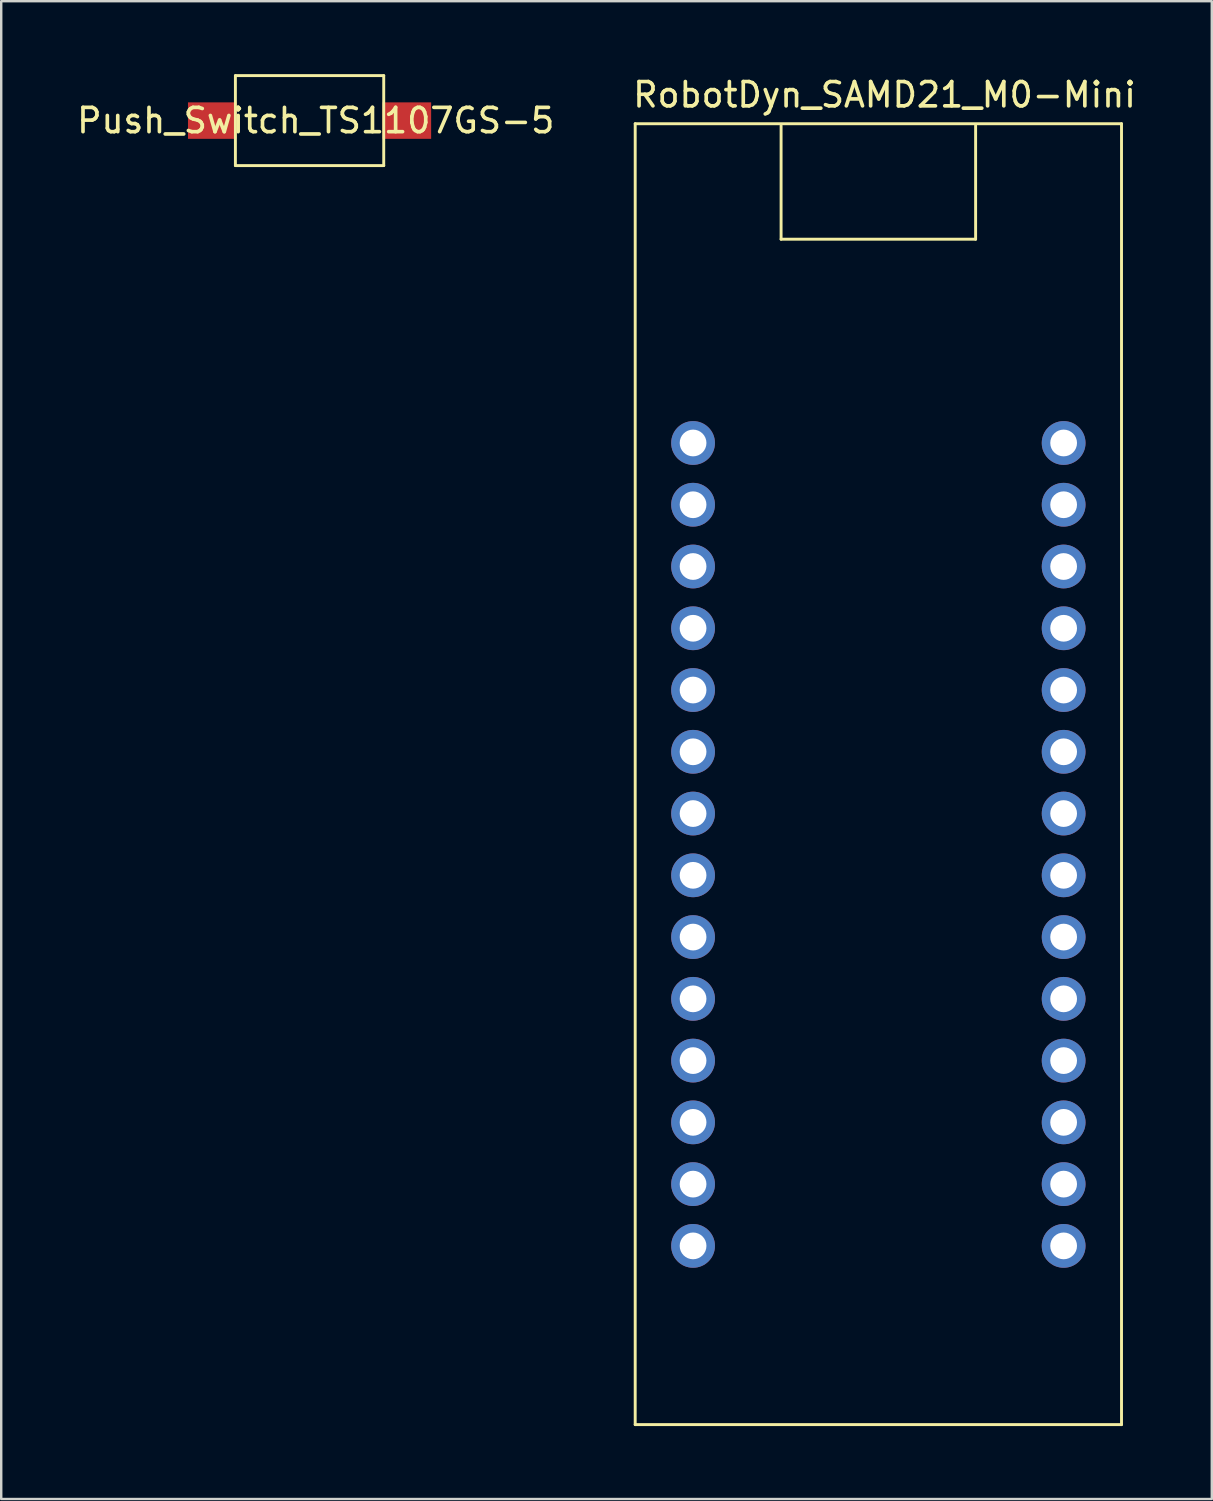
<source format=kicad_pcb>
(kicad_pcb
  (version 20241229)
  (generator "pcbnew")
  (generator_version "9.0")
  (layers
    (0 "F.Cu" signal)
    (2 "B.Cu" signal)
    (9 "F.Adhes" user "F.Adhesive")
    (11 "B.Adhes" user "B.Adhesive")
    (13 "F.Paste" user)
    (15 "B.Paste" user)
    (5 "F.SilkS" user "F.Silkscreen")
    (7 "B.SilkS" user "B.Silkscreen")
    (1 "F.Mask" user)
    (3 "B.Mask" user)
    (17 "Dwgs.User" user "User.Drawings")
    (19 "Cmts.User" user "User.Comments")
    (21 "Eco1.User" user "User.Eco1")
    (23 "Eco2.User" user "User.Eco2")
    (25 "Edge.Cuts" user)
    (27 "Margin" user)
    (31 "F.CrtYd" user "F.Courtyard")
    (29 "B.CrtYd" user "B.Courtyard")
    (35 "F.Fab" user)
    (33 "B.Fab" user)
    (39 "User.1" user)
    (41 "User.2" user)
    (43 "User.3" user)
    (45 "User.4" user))
  (footprint "RobotDyn_SAMD21_M0-Mini"
    (layer "F.Cu")
    (at 33.073 28.788)
    (property "Reference" "RobotDyn_SAMD21_M0-Mini" (at 0.254 -27.94 0) (layer "F.SilkS") (effects (font (size 1 1) (thickness 0.15))))
    (attr through_hole)
    (fp_line (start -10 -26.75) (end 10 -26.75) (stroke (width 0.12) (type solid)) (layer "F.SilkS"))
    (fp_line (start -10 26.75) (end -10 -26.75) (stroke (width 0.12) (type solid)) (layer "F.SilkS"))
    (fp_line (start -4 -22) (end -4 -26.67) (stroke (width 0.12) (type solid)) (layer "F.SilkS"))
    (fp_line (start 4 -26.67) (end 4 -22) (stroke (width 0.12) (type solid)) (layer "F.SilkS"))
    (fp_line (start 4 -22) (end -4 -22) (stroke (width 0.12) (type solid)) (layer "F.SilkS"))
    (fp_line (start 10 -26.75) (end 10 26.75) (stroke (width 0.12) (type solid)) (layer "F.SilkS"))
    (fp_line (start 10 26.75) (end -10 26.75) (stroke (width 0.12) (type solid)) (layer "F.SilkS"))
    (pad "1" thru_hole circle (at -7.62 -13.62) (size 1.8 1.8) (drill 1.1) (layers "*.Cu" "*.Mask"))
    (pad "2" thru_hole circle (at -7.62 -11.08) (size 1.8 1.8) (drill 1.1) (layers "*.Cu" "*.Mask"))
    (pad "3" thru_hole circle (at -7.62 -8.54) (size 1.8 1.8) (drill 1.1) (layers "*.Cu" "*.Mask"))
    (pad "4" thru_hole circle (at -7.62 -6) (size 1.8 1.8) (drill 1.1) (layers "*.Cu" "*.Mask"))
    (pad "5" thru_hole circle (at -7.62 -3.46) (size 1.8 1.8) (drill 1.1) (layers "*.Cu" "*.Mask"))
    (pad "6" thru_hole circle (at -7.62 -0.92) (size 1.8 1.8) (drill 1.1) (layers "*.Cu" "*.Mask"))
    (pad "7" thru_hole circle (at -7.62 1.62) (size 1.8 1.8) (drill 1.1) (layers "*.Cu" "*.Mask"))
    (pad "8" thru_hole circle (at -7.62 4.16) (size 1.8 1.8) (drill 1.1) (layers "*.Cu" "*.Mask"))
    (pad "9" thru_hole circle (at -7.62 6.7) (size 1.8 1.8) (drill 1.1) (layers "*.Cu" "*.Mask"))
    (pad "10" thru_hole circle (at -7.62 9.24) (size 1.8 1.8) (drill 1.1) (layers "*.Cu" "*.Mask"))
    (pad "11" thru_hole circle (at -7.62 11.78) (size 1.8 1.8) (drill 1.1) (layers "*.Cu" "*.Mask"))
    (pad "12" thru_hole circle (at -7.62 14.32) (size 1.8 1.8) (drill 1.1) (layers "*.Cu" "*.Mask"))
    (pad "13" thru_hole circle (at -7.62 16.86) (size 1.8 1.8) (drill 1.1) (layers "*.Cu" "*.Mask"))
    (pad "14" thru_hole circle (at -7.62 19.4) (size 1.8 1.8) (drill 1.1) (layers "*.Cu" "*.Mask"))
    (pad "15" thru_hole circle (at 7.62 -13.62) (size 1.8 1.8) (drill 1.1) (layers "*.Cu" "*.Mask"))
    (pad "16" thru_hole circle (at 7.62 -11.08) (size 1.8 1.8) (drill 1.1) (layers "*.Cu" "*.Mask"))
    (pad "17" thru_hole circle (at 7.62 -8.54) (size 1.8 1.8) (drill 1.1) (layers "*.Cu" "*.Mask"))
    (pad "18" thru_hole circle (at 7.62 -6) (size 1.8 1.8) (drill 1.1) (layers "*.Cu" "*.Mask"))
    (pad "19" thru_hole circle (at 7.62 -3.46) (size 1.8 1.8) (drill 1.1) (layers "*.Cu" "*.Mask"))
    (pad "20" thru_hole circle (at 7.62 -0.92) (size 1.8 1.8) (drill 1.1) (layers "*.Cu" "*.Mask"))
    (pad "21" thru_hole circle (at 7.62 1.62) (size 1.8 1.8) (drill 1.1) (layers "*.Cu" "*.Mask"))
    (pad "22" thru_hole circle (at 7.62 4.16) (size 1.8 1.8) (drill 1.1) (layers "*.Cu" "*.Mask"))
    (pad "23" thru_hole circle (at 7.62 6.7) (size 1.8 1.8) (drill 1.1) (layers "*.Cu" "*.Mask"))
    (pad "24" thru_hole circle (at 7.62 9.24) (size 1.8 1.8) (drill 1.1) (layers "*.Cu" "*.Mask"))
    (pad "25" thru_hole circle (at 7.62 11.78) (size 1.8 1.8) (drill 1.1) (layers "*.Cu" "*.Mask"))
    (pad "26" thru_hole circle (at 7.62 14.32) (size 1.8 1.8) (drill 1.1) (layers "*.Cu" "*.Mask"))
    (pad "27" thru_hole circle (at 7.62 16.86) (size 1.8 1.8) (drill 1.1) (layers "*.Cu" "*.Mask"))
    (pad "28" thru_hole circle (at 7.62 19.4) (size 1.8 1.8) (drill 1.1) (layers "*.Cu" "*.Mask")))
  (footprint "Push_Switch_TS1107GS-5"
    (layer "F.Cu")
    (at 9.681 1.91)
    (property "Reference" "Push_Switch_TS1107GS-5" (at 0.254 0 0) (layer "F.SilkS") (effects (font (size 1 1) (thickness 0.15))))
    (attr through_hole)
    (fp_line (start -3.05 -1.85) (end 3.05 -1.85) (stroke (width 0.12) (type solid)) (layer "F.SilkS"))
    (fp_line (start -3.05 1.85) (end -3.05 -1.85) (stroke (width 0.12) (type solid)) (layer "F.SilkS"))
    (fp_line (start 3.05 -1.85) (end 3.05 1.85) (stroke (width 0.12) (type solid)) (layer "F.SilkS"))
    (fp_line (start 3.05 1.85) (end -3.05 1.85) (stroke (width 0.12) (type solid)) (layer "F.SilkS"))
    (pad "1" smd rect (at -4 0) (size 2 1.5) (layers "F.Cu" "F.Mask" "F.Paste"))
    (pad "2" smd rect (at 4 0) (size 2 1.5) (layers "F.Cu" "F.Mask" "F.Paste")))
  (gr_rect
    (start -3 -3)
    (end 46.786 58.598)
    (stroke (width 0.1) (type default))
    (fill no)
    (layer "Edge.Cuts")))
</source>
